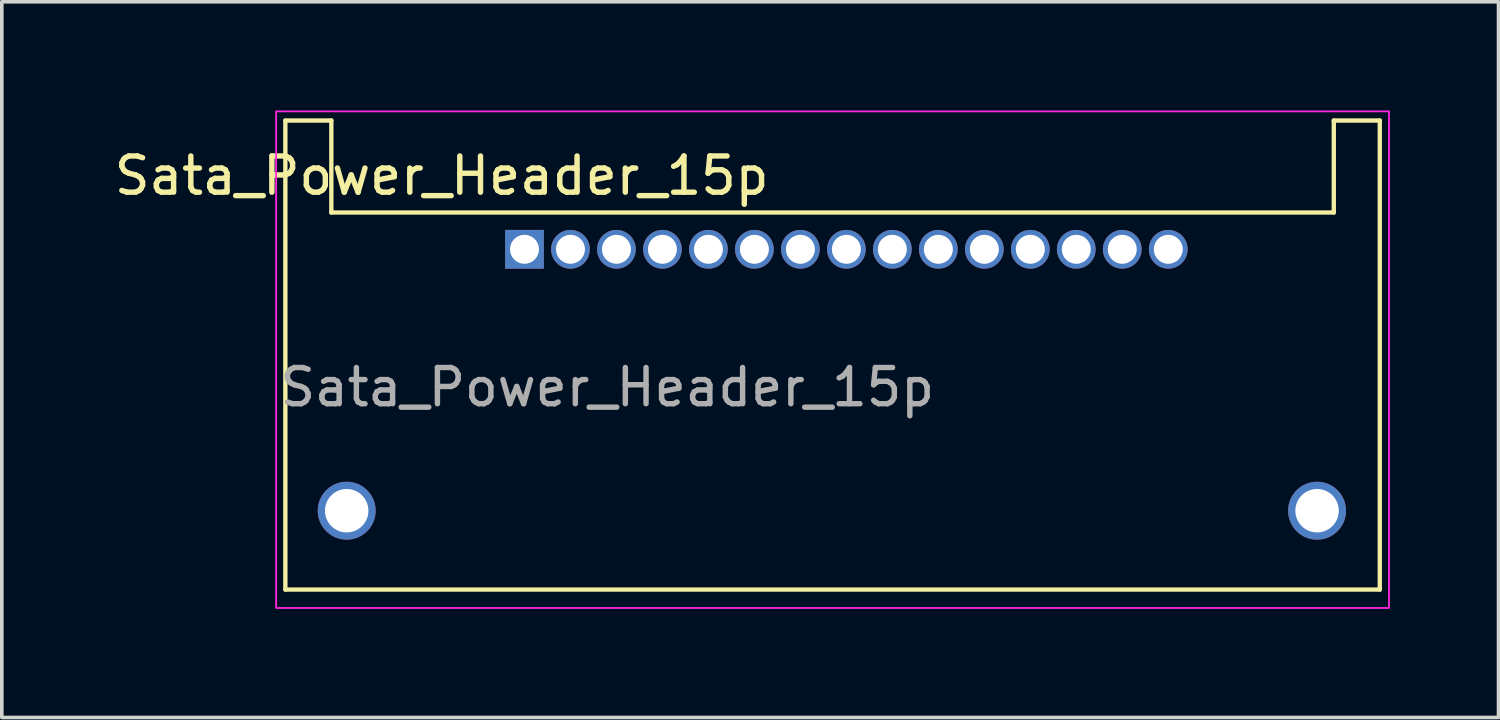
<source format=kicad_pcb>
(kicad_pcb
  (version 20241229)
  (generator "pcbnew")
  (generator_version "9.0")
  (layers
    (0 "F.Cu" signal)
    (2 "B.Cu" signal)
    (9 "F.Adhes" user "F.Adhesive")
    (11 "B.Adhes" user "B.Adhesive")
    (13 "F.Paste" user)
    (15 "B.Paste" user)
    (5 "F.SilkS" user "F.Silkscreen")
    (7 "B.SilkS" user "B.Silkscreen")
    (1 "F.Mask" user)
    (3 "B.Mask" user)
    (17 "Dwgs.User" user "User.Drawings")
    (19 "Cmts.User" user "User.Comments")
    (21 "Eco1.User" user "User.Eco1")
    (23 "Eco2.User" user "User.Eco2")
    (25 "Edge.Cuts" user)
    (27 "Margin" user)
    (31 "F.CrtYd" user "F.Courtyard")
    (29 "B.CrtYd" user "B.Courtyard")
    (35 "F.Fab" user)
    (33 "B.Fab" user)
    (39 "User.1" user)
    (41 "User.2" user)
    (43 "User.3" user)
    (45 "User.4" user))
  (footprint "Sata_Power_Header_15p"
    (layer "F.Cu")
    (at 11.435 3.835)
    (property "Reference" "Sata_Power_Header_15p" (at -2.286 -2.032 0) (unlocked yes) (layer "F.SilkS") (effects (font (size 1 1) (thickness 0.15))))
    (attr through_hole)
    (fp_line (start -6.604 -3.556) (end -5.334 -3.556) (stroke (width 0.12) (type solid)) (layer "F.SilkS"))
    (fp_line (start -6.604 9.398) (end -6.604 -3.556) (stroke (width 0.12) (type solid)) (layer "F.SilkS"))
    (fp_line (start -5.334 -3.556) (end -5.334 -1.016) (stroke (width 0.12) (type solid)) (layer "F.SilkS"))
    (fp_line (start -5.334 -1.016) (end 22.352 -1.016) (stroke (width 0.12) (type solid)) (layer "F.SilkS"))
    (fp_line (start 22.352 -3.556) (end 23.622 -3.556) (stroke (width 0.12) (type solid)) (layer "F.SilkS"))
    (fp_line (start 22.352 -1.016) (end 22.352 -3.556) (stroke (width 0.12) (type solid)) (layer "F.SilkS"))
    (fp_line (start 23.622 -3.556) (end 23.622 9.398) (stroke (width 0.12) (type solid)) (layer "F.SilkS"))
    (fp_line (start 23.622 9.398) (end -6.604 9.398) (stroke (width 0.12) (type solid)) (layer "F.SilkS"))
    (fp_rect (start -6.858 -3.81) (end 23.876 9.906) (stroke (width 0.05) (type solid)) (fill no) (layer "F.CrtYd"))
    (fp_text user "${REFERENCE}" (at 2.286 3.81 0) (unlocked yes) (layer "F.Fab") (effects (font (size 1 1) (thickness 0.15))))
    (pad "" thru_hole circle (at -4.91 7.22) (size 1.6 1.6) (drill 1.2) (layers "*.Cu" "*.Mask"))
    (pad "" thru_hole circle (at 21.89 7.22) (size 1.6 1.6) (drill 1.2) (layers "*.Cu" "*.Mask"))
    (pad "1" thru_hole rect (at 0 0) (size 1.07 1.07) (drill 0.8) (layers "*.Cu" "*.Mask"))
    (pad "2" thru_hole circle (at 1.27 0) (size 1.07 1.07) (drill 0.8) (layers "*.Cu" "*.Mask"))
    (pad "3" thru_hole circle (at 2.54 0) (size 1.07 1.07) (drill 0.8) (layers "*.Cu" "*.Mask"))
    (pad "4" thru_hole circle (at 3.81 0) (size 1.07 1.07) (drill 0.8) (layers "*.Cu" "*.Mask"))
    (pad "5" thru_hole circle (at 5.08 0) (size 1.07 1.07) (drill 0.8) (layers "*.Cu" "*.Mask"))
    (pad "6" thru_hole circle (at 6.35 0) (size 1.07 1.07) (drill 0.8) (layers "*.Cu" "*.Mask"))
    (pad "7" thru_hole circle (at 7.62 0) (size 1.07 1.07) (drill 0.8) (layers "*.Cu" "*.Mask"))
    (pad "8" thru_hole circle (at 8.89 0) (size 1.07 1.07) (drill 0.8) (layers "*.Cu" "*.Mask"))
    (pad "9" thru_hole circle (at 10.16 0) (size 1.07 1.07) (drill 0.8) (layers "*.Cu" "*.Mask"))
    (pad "10" thru_hole circle (at 11.43 0) (size 1.07 1.07) (drill 0.8) (layers "*.Cu" "*.Mask"))
    (pad "11" thru_hole circle (at 12.7 0) (size 1.07 1.07) (drill 0.8) (layers "*.Cu" "*.Mask"))
    (pad "12" thru_hole circle (at 13.97 0) (size 1.07 1.07) (drill 0.8) (layers "*.Cu" "*.Mask"))
    (pad "13" thru_hole circle (at 15.24 0) (size 1.07 1.07) (drill 0.8) (layers "*.Cu" "*.Mask"))
    (pad "14" thru_hole circle (at 16.51 0) (size 1.07 1.07) (drill 0.8) (layers "*.Cu" "*.Mask"))
    (pad "15" thru_hole circle (at 17.78 0) (size 1.07 1.07) (drill 0.8) (layers "*.Cu" "*.Mask")))
  (gr_rect
    (start -3 -3)
    (end 38.336 16.766)
    (stroke (width 0.1) (type default))
    (fill no)
    (layer "Edge.Cuts")))
</source>
